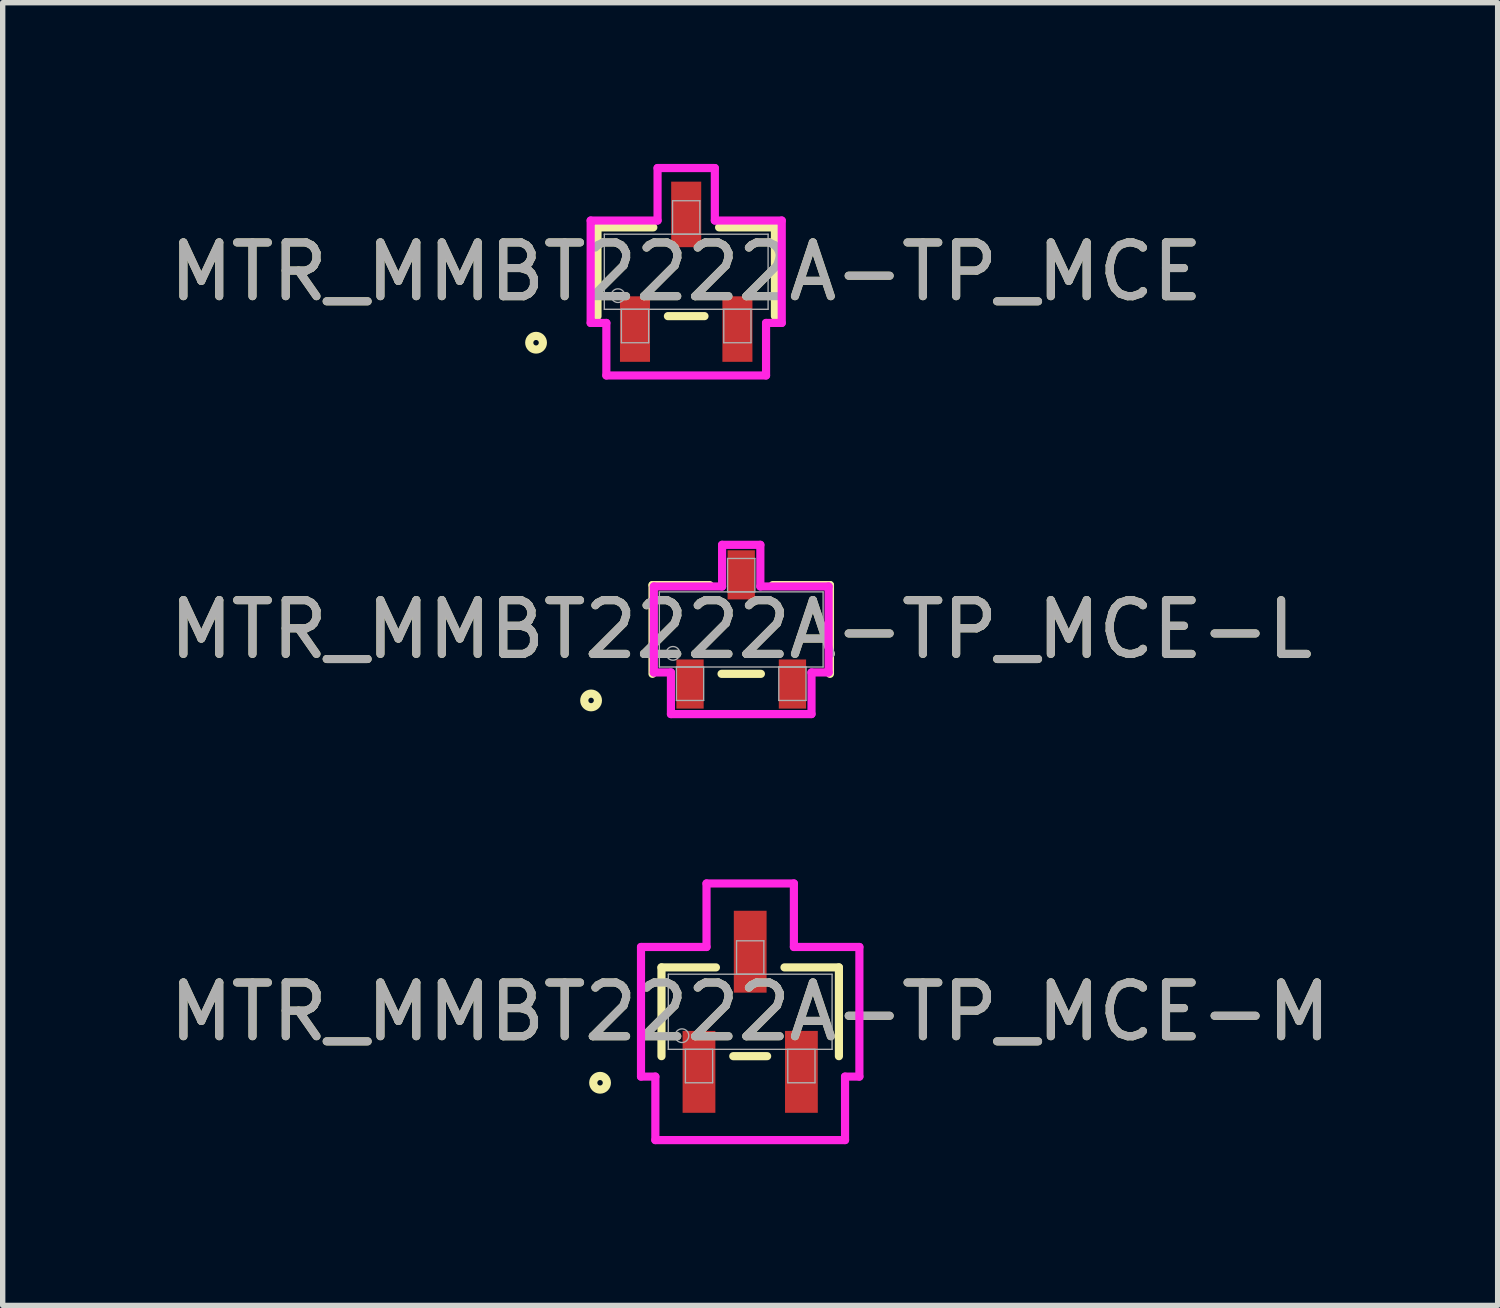
<source format=kicad_pcb>
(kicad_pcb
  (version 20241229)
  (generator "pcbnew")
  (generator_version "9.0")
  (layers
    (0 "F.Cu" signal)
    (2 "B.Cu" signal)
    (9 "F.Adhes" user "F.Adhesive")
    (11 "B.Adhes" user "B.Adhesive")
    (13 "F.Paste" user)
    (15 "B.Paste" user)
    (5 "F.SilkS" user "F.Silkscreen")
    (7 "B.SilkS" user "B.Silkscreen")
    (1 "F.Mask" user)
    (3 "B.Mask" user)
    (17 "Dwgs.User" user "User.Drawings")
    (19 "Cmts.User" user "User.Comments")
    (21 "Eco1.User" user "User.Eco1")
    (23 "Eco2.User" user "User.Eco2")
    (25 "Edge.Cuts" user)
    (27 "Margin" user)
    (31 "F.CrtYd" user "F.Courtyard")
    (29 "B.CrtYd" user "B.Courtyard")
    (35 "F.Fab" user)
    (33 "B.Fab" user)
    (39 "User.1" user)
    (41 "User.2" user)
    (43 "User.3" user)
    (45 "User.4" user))
  (footprint "MTR_MMBT2222A-TP_MCE"
    (layer "F.Cu")
    (at 9.72 2.007)
    (property "Reference" "MTR_MMBT2222A-TP_MCE" (at 0 0 0) (unlocked yes) (layer "F.SilkS") (effects (font (size 1 1) (thickness 0.15))))
    (attr smd)
    (fp_line (start -1.651 -0.826) (end -1.651 0.826) (stroke (width 0.152) (type solid)) (layer "F.SilkS"))
    (fp_line (start -0.612 -0.826) (end -1.651 -0.826) (stroke (width 0.152) (type solid)) (layer "F.SilkS"))
    (fp_line (start -0.34 0.826) (end 0.34 0.826) (stroke (width 0.152) (type solid)) (layer "F.SilkS"))
    (fp_line (start 1.651 -0.826) (end 0.612 -0.826) (stroke (width 0.152) (type solid)) (layer "F.SilkS"))
    (fp_line (start 1.651 0.826) (end 1.651 -0.826) (stroke (width 0.152) (type solid)) (layer "F.SilkS"))
    (fp_circle (center -2.794 1.321) (end -2.667 1.321) (stroke (width 0.152) (type solid)) (fill no) (layer "F.SilkS"))
    (fp_line (start -1.778 -0.953) (end -0.533 -0.953) (stroke (width 0.152) (type solid)) (layer "F.CrtYd"))
    (fp_line (start -1.778 0.953) (end -1.778 -0.953) (stroke (width 0.152) (type solid)) (layer "F.CrtYd"))
    (fp_line (start -1.778 0.953) (end -1.486 0.953) (stroke (width 0.152) (type solid)) (layer "F.CrtYd"))
    (fp_line (start -1.486 0.953) (end -1.486 1.93) (stroke (width 0.152) (type solid)) (layer "F.CrtYd"))
    (fp_line (start -1.486 1.93) (end 1.486 1.93) (stroke (width 0.152) (type solid)) (layer "F.CrtYd"))
    (fp_line (start -0.533 -1.93) (end 0.533 -1.93) (stroke (width 0.152) (type solid)) (layer "F.CrtYd"))
    (fp_line (start -0.533 -0.953) (end -0.533 -1.93) (stroke (width 0.152) (type solid)) (layer "F.CrtYd"))
    (fp_line (start 0.533 -0.953) (end 0.533 -1.93) (stroke (width 0.152) (type solid)) (layer "F.CrtYd"))
    (fp_line (start 1.486 0.953) (end 1.486 1.93) (stroke (width 0.152) (type solid)) (layer "F.CrtYd"))
    (fp_line (start 1.778 -0.953) (end 0.533 -0.953) (stroke (width 0.152) (type solid)) (layer "F.CrtYd"))
    (fp_line (start 1.778 -0.953) (end 1.778 0.953) (stroke (width 0.152) (type solid)) (layer "F.CrtYd"))
    (fp_line (start 1.778 0.953) (end 1.486 0.953) (stroke (width 0.152) (type solid)) (layer "F.CrtYd"))
    (fp_line (start -1.524 -0.699) (end -1.524 0.699) (stroke (width 0.025) (type solid)) (layer "F.Fab"))
    (fp_line (start -1.524 0.699) (end 1.524 0.699) (stroke (width 0.025) (type solid)) (layer "F.Fab"))
    (fp_line (start -1.206 0.699) (end -1.206 1.321) (stroke (width 0.025) (type solid)) (layer "F.Fab"))
    (fp_line (start -1.206 1.321) (end -0.699 1.321) (stroke (width 0.025) (type solid)) (layer "F.Fab"))
    (fp_line (start -0.699 0.699) (end -1.206 0.699) (stroke (width 0.025) (type solid)) (layer "F.Fab"))
    (fp_line (start -0.699 1.321) (end -0.699 0.699) (stroke (width 0.025) (type solid)) (layer "F.Fab"))
    (fp_line (start -0.254 -1.321) (end -0.254 -0.699) (stroke (width 0.025) (type solid)) (layer "F.Fab"))
    (fp_line (start -0.254 -0.699) (end 0.254 -0.699) (stroke (width 0.025) (type solid)) (layer "F.Fab"))
    (fp_line (start 0.254 -1.321) (end -0.254 -1.321) (stroke (width 0.025) (type solid)) (layer "F.Fab"))
    (fp_line (start 0.254 -0.699) (end 0.254 -1.321) (stroke (width 0.025) (type solid)) (layer "F.Fab"))
    (fp_line (start 0.699 0.699) (end 0.699 1.321) (stroke (width 0.025) (type solid)) (layer "F.Fab"))
    (fp_line (start 0.699 1.321) (end 1.206 1.321) (stroke (width 0.025) (type solid)) (layer "F.Fab"))
    (fp_line (start 1.206 0.699) (end 0.699 0.699) (stroke (width 0.025) (type solid)) (layer "F.Fab"))
    (fp_line (start 1.206 1.321) (end 1.206 0.699) (stroke (width 0.025) (type solid)) (layer "F.Fab"))
    (fp_line (start 1.524 -0.699) (end -1.524 -0.699) (stroke (width 0.025) (type solid)) (layer "F.Fab"))
    (fp_line (start 1.524 0.699) (end 1.524 -0.699) (stroke (width 0.025) (type solid)) (layer "F.Fab"))
    (fp_circle (center -1.27 0.445) (end -1.143 0.445) (stroke (width 0.025) (type solid)) (fill no) (layer "F.Fab"))
    (fp_text user "${REFERENCE}" (at 0 0 0) (unlocked yes) (layer "F.Fab") (effects (font (size 1 1) (thickness 0.15))))
    (pad "1" smd rect (at -0.953 1.067) (size 0.559 1.219) (layers "F.Cu" "F.Mask" "F.Paste"))
    (pad "2" smd rect (at 0.953 1.067) (size 0.559 1.219) (layers "F.Cu" "F.Mask" "F.Paste"))
    (pad "3" smd rect (at 0 -1.067) (size 0.559 1.219) (layers "F.Cu" "F.Mask" "F.Paste")))
  (footprint "MTR_MMBT2222A-TP_MCE-L"
    (layer "F.Cu")
    (at 10.744 8.664)
    (property "Reference" "MTR_MMBT2222A-TP_MCE-L" (at 0 0 0) (unlocked yes) (layer "F.SilkS") (effects (font (size 1 1) (thickness 0.15))))
    (attr smd)
    (fp_line (start -1.651 -0.826) (end -1.651 0.826) (stroke (width 0.152) (type solid)) (layer "F.SilkS"))
    (fp_line (start -0.587 -0.826) (end -1.651 -0.826) (stroke (width 0.152) (type solid)) (layer "F.SilkS"))
    (fp_line (start -0.366 0.826) (end 0.366 0.826) (stroke (width 0.152) (type solid)) (layer "F.SilkS"))
    (fp_line (start 1.651 -0.826) (end 0.587 -0.826) (stroke (width 0.152) (type solid)) (layer "F.SilkS"))
    (fp_line (start 1.651 0.826) (end 1.651 -0.826) (stroke (width 0.152) (type solid)) (layer "F.SilkS"))
    (fp_circle (center -2.794 1.321) (end -2.667 1.321) (stroke (width 0.152) (type solid)) (fill no) (layer "F.SilkS"))
    (fp_line (start -1.626 -0.8) (end -0.356 -0.8) (stroke (width 0.152) (type solid)) (layer "F.CrtYd"))
    (fp_line (start -1.626 0.8) (end -1.626 -0.8) (stroke (width 0.152) (type solid)) (layer "F.CrtYd"))
    (fp_line (start -1.626 0.8) (end -1.308 0.8) (stroke (width 0.152) (type solid)) (layer "F.CrtYd"))
    (fp_line (start -1.308 0.8) (end -1.308 1.575) (stroke (width 0.152) (type solid)) (layer "F.CrtYd"))
    (fp_line (start -1.308 1.575) (end 1.308 1.575) (stroke (width 0.152) (type solid)) (layer "F.CrtYd"))
    (fp_line (start -0.356 -1.575) (end 0.356 -1.575) (stroke (width 0.152) (type solid)) (layer "F.CrtYd"))
    (fp_line (start -0.356 -0.8) (end -0.356 -1.575) (stroke (width 0.152) (type solid)) (layer "F.CrtYd"))
    (fp_line (start 0.356 -0.8) (end 0.356 -1.575) (stroke (width 0.152) (type solid)) (layer "F.CrtYd"))
    (fp_line (start 1.308 0.8) (end 1.308 1.575) (stroke (width 0.152) (type solid)) (layer "F.CrtYd"))
    (fp_line (start 1.626 -0.8) (end 0.356 -0.8) (stroke (width 0.152) (type solid)) (layer "F.CrtYd"))
    (fp_line (start 1.626 -0.8) (end 1.626 0.8) (stroke (width 0.152) (type solid)) (layer "F.CrtYd"))
    (fp_line (start 1.626 0.8) (end 1.308 0.8) (stroke (width 0.152) (type solid)) (layer "F.CrtYd"))
    (fp_line (start -1.524 -0.699) (end -1.524 0.699) (stroke (width 0.025) (type solid)) (layer "F.Fab"))
    (fp_line (start -1.524 0.699) (end 1.524 0.699) (stroke (width 0.025) (type solid)) (layer "F.Fab"))
    (fp_line (start -1.206 0.699) (end -1.206 1.321) (stroke (width 0.025) (type solid)) (layer "F.Fab"))
    (fp_line (start -1.206 1.321) (end -0.699 1.321) (stroke (width 0.025) (type solid)) (layer "F.Fab"))
    (fp_line (start -0.699 0.699) (end -1.206 0.699) (stroke (width 0.025) (type solid)) (layer "F.Fab"))
    (fp_line (start -0.699 1.321) (end -0.699 0.699) (stroke (width 0.025) (type solid)) (layer "F.Fab"))
    (fp_line (start -0.254 -1.321) (end -0.254 -0.699) (stroke (width 0.025) (type solid)) (layer "F.Fab"))
    (fp_line (start -0.254 -0.699) (end 0.254 -0.699) (stroke (width 0.025) (type solid)) (layer "F.Fab"))
    (fp_line (start 0.254 -1.321) (end -0.254 -1.321) (stroke (width 0.025) (type solid)) (layer "F.Fab"))
    (fp_line (start 0.254 -0.699) (end 0.254 -1.321) (stroke (width 0.025) (type solid)) (layer "F.Fab"))
    (fp_line (start 0.699 0.699) (end 0.699 1.321) (stroke (width 0.025) (type solid)) (layer "F.Fab"))
    (fp_line (start 0.699 1.321) (end 1.206 1.321) (stroke (width 0.025) (type solid)) (layer "F.Fab"))
    (fp_line (start 1.206 0.699) (end 0.699 0.699) (stroke (width 0.025) (type solid)) (layer "F.Fab"))
    (fp_line (start 1.206 1.321) (end 1.206 0.699) (stroke (width 0.025) (type solid)) (layer "F.Fab"))
    (fp_line (start 1.524 -0.699) (end -1.524 -0.699) (stroke (width 0.025) (type solid)) (layer "F.Fab"))
    (fp_line (start 1.524 0.699) (end 1.524 -0.699) (stroke (width 0.025) (type solid)) (layer "F.Fab"))
    (fp_circle (center -1.27 0.445) (end -1.143 0.445) (stroke (width 0.025) (type solid)) (fill no) (layer "F.Fab"))
    (fp_text user "${REFERENCE}" (at 0 0 0) (unlocked yes) (layer "F.Fab") (effects (font (size 1 1) (thickness 0.15))))
    (pad "1" smd rect (at -0.953 1.016) (size 0.508 0.914) (layers "F.Cu" "F.Mask" "F.Paste"))
    (pad "2" smd rect (at 0.953 1.016) (size 0.508 0.914) (layers "F.Cu" "F.Mask" "F.Paste"))
    (pad "3" smd rect (at 0 -1.016) (size 0.508 0.914) (layers "F.Cu" "F.Mask" "F.Paste")))
  (footprint "MTR_MMBT2222A-TP_MCE-M"
    (layer "F.Cu")
    (at 10.911 15.779)
    (property "Reference" "MTR_MMBT2222A-TP_MCE-M" (at 0 0 0) (unlocked yes) (layer "F.SilkS") (effects (font (size 1 1) (thickness 0.15))))
    (attr smd)
    (fp_line (start -1.651 -0.826) (end -1.651 0.826) (stroke (width 0.152) (type solid)) (layer "F.SilkS"))
    (fp_line (start -0.638 -0.826) (end -1.651 -0.826) (stroke (width 0.152) (type solid)) (layer "F.SilkS"))
    (fp_line (start -0.315 0.826) (end 0.315 0.826) (stroke (width 0.152) (type solid)) (layer "F.SilkS"))
    (fp_line (start 1.651 -0.826) (end 0.638 -0.826) (stroke (width 0.152) (type solid)) (layer "F.SilkS"))
    (fp_line (start 1.651 0.826) (end 1.651 -0.826) (stroke (width 0.152) (type solid)) (layer "F.SilkS"))
    (fp_circle (center -2.794 1.321) (end -2.667 1.321) (stroke (width 0.152) (type solid)) (fill no) (layer "F.SilkS"))
    (fp_line (start -2.032 -1.206) (end -0.813 -1.206) (stroke (width 0.152) (type solid)) (layer "F.CrtYd"))
    (fp_line (start -2.032 1.206) (end -2.032 -1.206) (stroke (width 0.152) (type solid)) (layer "F.CrtYd"))
    (fp_line (start -2.032 1.206) (end -1.765 1.206) (stroke (width 0.152) (type solid)) (layer "F.CrtYd"))
    (fp_line (start -1.765 1.206) (end -1.765 2.388) (stroke (width 0.152) (type solid)) (layer "F.CrtYd"))
    (fp_line (start -1.765 2.388) (end 1.765 2.388) (stroke (width 0.152) (type solid)) (layer "F.CrtYd"))
    (fp_line (start -0.813 -2.388) (end 0.813 -2.388) (stroke (width 0.152) (type solid)) (layer "F.CrtYd"))
    (fp_line (start -0.813 -1.206) (end -0.813 -2.388) (stroke (width 0.152) (type solid)) (layer "F.CrtYd"))
    (fp_line (start 0.813 -1.206) (end 0.813 -2.388) (stroke (width 0.152) (type solid)) (layer "F.CrtYd"))
    (fp_line (start 1.765 1.206) (end 1.765 2.388) (stroke (width 0.152) (type solid)) (layer "F.CrtYd"))
    (fp_line (start 2.032 -1.206) (end 0.813 -1.206) (stroke (width 0.152) (type solid)) (layer "F.CrtYd"))
    (fp_line (start 2.032 -1.206) (end 2.032 1.206) (stroke (width 0.152) (type solid)) (layer "F.CrtYd"))
    (fp_line (start 2.032 1.206) (end 1.765 1.206) (stroke (width 0.152) (type solid)) (layer "F.CrtYd"))
    (fp_line (start -1.524 -0.699) (end -1.524 0.699) (stroke (width 0.025) (type solid)) (layer "F.Fab"))
    (fp_line (start -1.524 0.699) (end 1.524 0.699) (stroke (width 0.025) (type solid)) (layer "F.Fab"))
    (fp_line (start -1.206 0.699) (end -1.206 1.321) (stroke (width 0.025) (type solid)) (layer "F.Fab"))
    (fp_line (start -1.206 1.321) (end -0.699 1.321) (stroke (width 0.025) (type solid)) (layer "F.Fab"))
    (fp_line (start -0.699 0.699) (end -1.206 0.699) (stroke (width 0.025) (type solid)) (layer "F.Fab"))
    (fp_line (start -0.699 1.321) (end -0.699 0.699) (stroke (width 0.025) (type solid)) (layer "F.Fab"))
    (fp_line (start -0.254 -1.321) (end -0.254 -0.699) (stroke (width 0.025) (type solid)) (layer "F.Fab"))
    (fp_line (start -0.254 -0.699) (end 0.254 -0.699) (stroke (width 0.025) (type solid)) (layer "F.Fab"))
    (fp_line (start 0.254 -1.321) (end -0.254 -1.321) (stroke (width 0.025) (type solid)) (layer "F.Fab"))
    (fp_line (start 0.254 -0.699) (end 0.254 -1.321) (stroke (width 0.025) (type solid)) (layer "F.Fab"))
    (fp_line (start 0.699 0.699) (end 0.699 1.321) (stroke (width 0.025) (type solid)) (layer "F.Fab"))
    (fp_line (start 0.699 1.321) (end 1.206 1.321) (stroke (width 0.025) (type solid)) (layer "F.Fab"))
    (fp_line (start 1.206 0.699) (end 0.699 0.699) (stroke (width 0.025) (type solid)) (layer "F.Fab"))
    (fp_line (start 1.206 1.321) (end 1.206 0.699) (stroke (width 0.025) (type solid)) (layer "F.Fab"))
    (fp_line (start 1.524 -0.699) (end -1.524 -0.699) (stroke (width 0.025) (type solid)) (layer "F.Fab"))
    (fp_line (start 1.524 0.699) (end 1.524 -0.699) (stroke (width 0.025) (type solid)) (layer "F.Fab"))
    (fp_circle (center -1.27 0.445) (end -1.143 0.445) (stroke (width 0.025) (type solid)) (fill no) (layer "F.Fab"))
    (fp_text user "${REFERENCE}" (at 0 0 0) (unlocked yes) (layer "F.Fab") (effects (font (size 1 1) (thickness 0.15))))
    (pad "1" smd rect (at -0.953 1.118) (size 0.61 1.524) (layers "F.Cu" "F.Mask" "F.Paste"))
    (pad "2" smd rect (at 0.953 1.118) (size 0.61 1.524) (layers "F.Cu" "F.Mask" "F.Paste"))
    (pad "3" smd rect (at 0 -1.118) (size 0.61 1.524) (layers "F.Cu" "F.Mask" "F.Paste")))
  (gr_rect
    (start -3 -3)
    (end 24.821 21.243)
    (stroke (width 0.1) (type default))
    (fill no)
    (layer "Edge.Cuts")))
</source>
